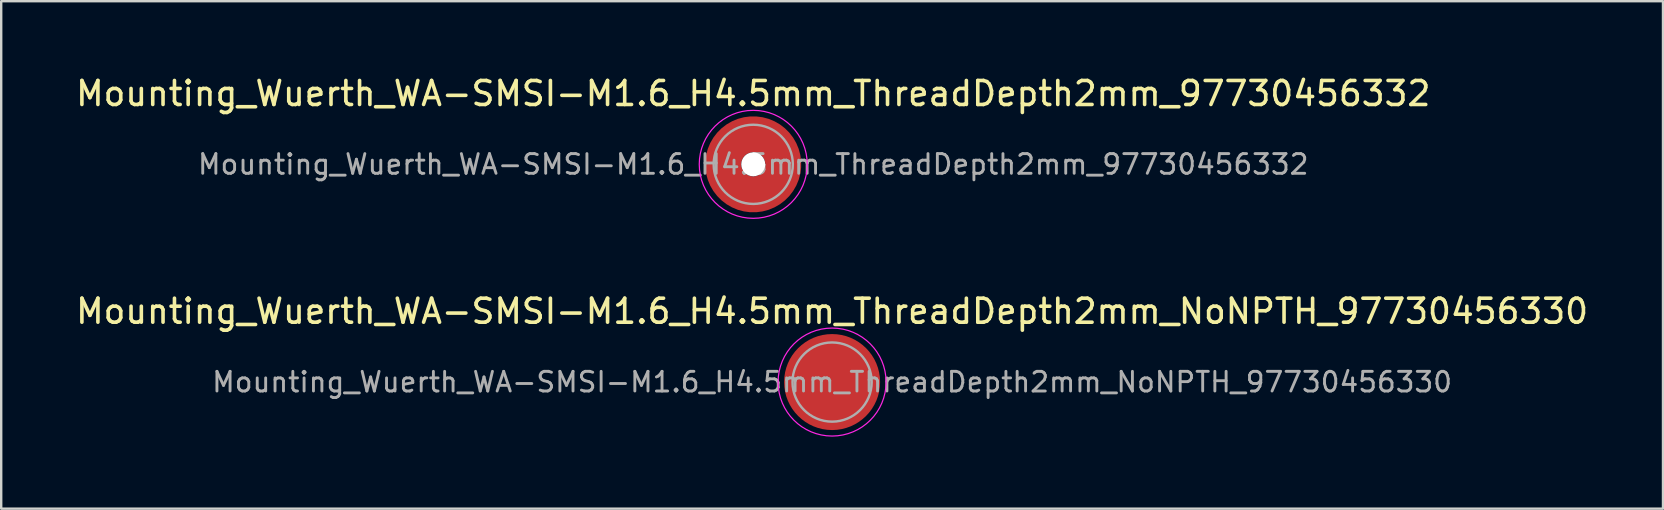
<source format=kicad_pcb>
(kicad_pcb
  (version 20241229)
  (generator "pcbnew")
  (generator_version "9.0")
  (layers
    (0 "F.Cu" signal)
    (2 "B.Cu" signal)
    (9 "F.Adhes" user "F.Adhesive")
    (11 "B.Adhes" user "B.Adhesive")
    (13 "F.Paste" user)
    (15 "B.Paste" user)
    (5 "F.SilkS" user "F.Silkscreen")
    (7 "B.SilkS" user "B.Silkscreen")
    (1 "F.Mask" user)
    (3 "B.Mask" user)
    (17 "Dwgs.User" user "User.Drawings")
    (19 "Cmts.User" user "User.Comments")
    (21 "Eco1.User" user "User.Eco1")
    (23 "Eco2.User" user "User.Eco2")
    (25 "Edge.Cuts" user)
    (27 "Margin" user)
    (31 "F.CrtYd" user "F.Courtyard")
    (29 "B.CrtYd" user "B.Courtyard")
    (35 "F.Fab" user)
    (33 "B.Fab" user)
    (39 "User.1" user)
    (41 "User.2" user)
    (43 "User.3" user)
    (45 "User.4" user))
  (footprint "Mounting_Wuerth_WA-SMSI-M1.6_H4.5mm_ThreadDepth2mm_97730456332"
    (layer "F.Cu")
    (at 28.339 3.798)
    (property "Reference" "Mounting_Wuerth_WA-SMSI-M1.6_H4.5mm_ThreadDepth2mm_97730456332" (at 0 -2.95 0) (layer "F.SilkS") (effects (font (size 1 1) (thickness 0.15))))
    (attr smd)
    (fp_circle (center 0 0) (end 2.25 0) (stroke (width 0.05) (type solid)) (fill no) (layer "F.CrtYd"))
    (fp_circle (center 0 0) (end 1.65 0) (stroke (width 0.1) (type solid)) (fill no) (layer "F.Fab"))
    (fp_text user "${REFERENCE}" (at 0 0 0) (layer "F.Fab") (effects (font (size 0.82 0.82) (thickness 0.12))))
    (pad "" smd custom (at 0 -1.25) (size 0.9 0.9) (layers "F.Paste") (options (anchor circle)) (primitives (gr_arc (start -0.259808 0.6) (mid -0.00045 0.55) (end 0.258972 0.599667) (width 0.2)) (gr_arc (start -0.466369 0.6) (mid -0.000127 0.45) (end 0.466163 0.599852) (width 0.2)) (gr_arc (start -0.622495 0.6) (mid -0.000185 0.35) (end 0.622228 0.599745) (width 0.2)) (gr_arc (start -0.759934 0.6) (mid -0.000146 0.25) (end 0.759744 0.599777) (width 0.2)) (gr_arc (start -0.887412 0.6) (mid -0.000546 0.15) (end 0.886766 0.599119) (width 0.2)) (gr_arc (start -1.008712 0.6) (mid -0.000059 0.05) (end 1.008648 0.5999) (width 0.2)) (gr_arc (start -1.125833 0.6) (mid -0.001134 -0.049999) (end 1.124697 0.598036) (width 0.2)) (gr_arc (start -1.23996 0.6) (mid -0.00088 -0.15) (end 1.239142 0.598442) (width 0.2)) (gr_arc (start -1.351851 0.6) (mid -0.000542 -0.25) (end 1.351381 0.599023) (width 0.2)) (gr_arc (start -1.462019 0.6) (mid -0.000852 -0.35) (end 1.461326 0.598443) (width 0.2)) (gr_arc (start -1.570828 0.6) (mid -0.000608 -0.45) (end 1.570363 0.598876) (width 0.2)) (gr_arc (start -1.678541 0.6) (mid -0.000991 -0.55) (end 1.677824 0.598152) (width 0.2)) (gr_line (start 0.26 0.6) (end 1.679 0.6) (width 0.2)) (gr_line (start -0.26 0.6) (end -1.679 0.6) (width 0.2))))
    (pad "" np_thru_hole circle (at 0 0) (size 1 1) (drill 1) (layers "*.Cu" "*.Mask"))
    (pad "" smd custom (at 0 1.25) (size 0.9 0.9) (layers "F.Paste") (options (anchor circle)) (primitives (gr_arc (start 0.259808 -0.6) (mid 0.00045 -0.55) (end -0.258972 -0.599667) (width 0.2)) (gr_arc (start 0.466369 -0.6) (mid 0.000127 -0.45) (end -0.466163 -0.599852) (width 0.2)) (gr_arc (start 0.622495 -0.6) (mid 0.000185 -0.35) (end -0.622228 -0.599745) (width 0.2)) (gr_arc (start 0.759934 -0.6) (mid 0.000146 -0.25) (end -0.759744 -0.599777) (width 0.2)) (gr_arc (start 0.887412 -0.6) (mid 0.000546 -0.15) (end -0.886766 -0.599119) (width 0.2)) (gr_arc (start 1.008712 -0.6) (mid 0.000059 -0.05) (end -1.008648 -0.5999) (width 0.2)) (gr_arc (start 1.125833 -0.6) (mid 0.001134 0.049999) (end -1.124697 -0.598036) (width 0.2)) (gr_arc (start 1.23996 -0.6) (mid 0.00088 0.15) (end -1.239142 -0.598442) (width 0.2)) (gr_arc (start 1.351851 -0.6) (mid 0.000542 0.25) (end -1.351381 -0.599023) (width 0.2)) (gr_arc (start 1.462019 -0.6) (mid 0.000852 0.35) (end -1.461326 -0.598443) (width 0.2)) (gr_arc (start 1.570828 -0.6) (mid 0.000608 0.45) (end -1.570363 -0.598876) (width 0.2)) (gr_arc (start 1.678541 -0.6) (mid 0.000991 0.55) (end -1.677824 -0.598152) (width 0.2)) (gr_line (start -0.26 -0.6) (end -1.679 -0.6) (width 0.2)) (gr_line (start 0.26 -0.6) (end 1.679 -0.6) (width 0.2))))
    (pad "1" smd circle (at -1.25 0) (size 1.1 1.1) (layers "F.Cu"))
    (pad "1" smd circle (at 0 -1.25) (size 1.1 1.1) (layers "F.Cu"))
    (pad "1" smd circle (at 0 1.25) (size 1.1 1.1) (layers "F.Cu"))
    (pad "1" smd custom (at 1.25 0) (size 1.1 1.1) (layers "F.Cu" "F.Mask") (options (anchor circle)) (primitives (gr_circle (center -1.25 0) (end 0 0) (width 1.5) (fill no)))))
  (footprint "Mounting_Wuerth_WA-SMSI-M1.6_H4.5mm_ThreadDepth2mm_NoNPTH_97730456330"
    (layer "F.Cu")
    (at 31.625 12.871)
    (property "Reference" "Mounting_Wuerth_WA-SMSI-M1.6_H4.5mm_ThreadDepth2mm_NoNPTH_97730456330" (at 0 -2.95 0) (layer "F.SilkS") (effects (font (size 1 1) (thickness 0.15))))
    (attr smd)
    (fp_circle (center 0 0) (end 2.25 0) (stroke (width 0.05) (type solid)) (fill no) (layer "F.CrtYd"))
    (fp_circle (center 0 0) (end 1.65 0) (stroke (width 0.1) (type solid)) (fill no) (layer "F.Fab"))
    (fp_text user "${REFERENCE}" (at 0 0 0) (layer "F.Fab") (effects (font (size 0.82 0.82) (thickness 0.12))))
    (pad "" smd custom (at -0.778 -0.778) (size 1.2 1.2) (layers "F.Paste") (options (anchor circle)) (primitives (gr_arc (start 0.465568 0.527817) (mid 0.494887 0.495062) (end 0.527624 0.465723) (width 0.2)) (gr_arc (start 0.344805 0.527817) (mid 0.424264 0.424264) (end 0.527818 0.344805) (width 0.2)) (gr_arc (start 0.232382 0.527817) (mid 0.353364 0.353743) (end 0.527329 0.232606) (width 0.2)) (gr_arc (start 0.123983 0.527817) (mid 0.282626 0.28306) (end 0.527243 0.124203) (width 0.2)) (gr_arc (start 0.017883 0.527817) (mid 0.211737 0.212527) (end 0.526755 0.018233) (width 0.2)) (gr_arc (start -0.086763 0.527817) (mid 0.141173 0.14167) (end 0.527142 -0.086568) (width 0.2)) (gr_arc (start -0.190428 0.527817) (mid 0.070433 0.070988) (end 0.527057 -0.190232) (width 0.2)) (gr_arc (start -0.293397 0.527817) (mid -0.000182 0.000182) (end 0.527315 -0.29328) (width 0.2)) (gr_arc (start -0.395852 0.527817) (mid -0.071085 -0.070336) (end 0.526781 -0.395631) (width 0.2)) (gr_arc (start -0.497918 0.527817) (mid -0.141622 -0.141221) (end 0.52726 -0.497809) (width 0.2)) (gr_arc (start -0.59968 0.527817) (mid -0.212364 -0.2119) (end 0.527171 -0.599563) (width 0.2)) (gr_arc (start -0.701202 0.527817) (mid -0.282952 -0.282733) (end 0.527511 -0.70115) (width 0.2)) (gr_arc (start -0.802531 0.527817) (mid -0.353765 -0.353343) (end 0.527227 -0.802438) (width 0.2)) (gr_arc (start -0.9037 0.527817) (mid -0.425176 -0.423352) (end 0.525265 -0.903319) (width 0.2)) (gr_arc (start -1.004737 0.527817) (mid -0.49534 -0.49461) (end 0.526794 -1.004593) (width 0.2)) (gr_line (start 0.528 0.466) (end 0.528 -1.005) (width 0.2)) (gr_line (start 0.466 0.528) (end -1.005 0.528) (width 0.2))))
    (pad "" smd custom (at -0.778 0.778) (size 1.2 1.2) (layers "F.Paste") (options (anchor circle)) (primitives (gr_arc (start 0.527817 -0.465568) (mid 0.495062 -0.494887) (end 0.465723 -0.527624) (width 0.2)) (gr_arc (start 0.527817 -0.344805) (mid 0.424264 -0.424264) (end 0.344805 -0.527818) (width 0.2)) (gr_arc (start 0.527817 -0.232382) (mid 0.353743 -0.353364) (end 0.232606 -0.527329) (width 0.2)) (gr_arc (start 0.527817 -0.123983) (mid 0.28306 -0.282626) (end 0.124203 -0.527243) (width 0.2)) (gr_arc (start 0.527817 -0.017883) (mid 0.212527 -0.211737) (end 0.018233 -0.526755) (width 0.2)) (gr_arc (start 0.527817 0.086763) (mid 0.14167 -0.141173) (end -0.086568 -0.527142) (width 0.2)) (gr_arc (start 0.527817 0.190428) (mid 0.070988 -0.070433) (end -0.190232 -0.527057) (width 0.2)) (gr_arc (start 0.527817 0.293397) (mid 0.000182 0.000182) (end -0.29328 -0.527315) (width 0.2)) (gr_arc (start 0.527817 0.395852) (mid -0.070336 0.071085) (end -0.395631 -0.526781) (width 0.2)) (gr_arc (start 0.527817 0.497918) (mid -0.141221 0.141622) (end -0.497809 -0.52726) (width 0.2)) (gr_arc (start 0.527817 0.59968) (mid -0.2119 0.212364) (end -0.599563 -0.527171) (width 0.2)) (gr_arc (start 0.527817 0.701202) (mid -0.282733 0.282952) (end -0.70115 -0.527511) (width 0.2)) (gr_arc (start 0.527817 0.802531) (mid -0.353343 0.353765) (end -0.802438 -0.527227) (width 0.2)) (gr_arc (start 0.527817 0.9037) (mid -0.423352 0.425176) (end -0.903319 -0.525265) (width 0.2)) (gr_arc (start 0.527817 1.004737) (mid -0.49461 0.49534) (end -1.004593 -0.526794) (width 0.2)) (gr_line (start 0.466 -0.528) (end -1.005 -0.528) (width 0.2)) (gr_line (start 0.528 -0.466) (end 0.528 1.005) (width 0.2))))
    (pad "" smd custom (at 0.778 -0.778) (size 1.2 1.2) (layers "F.Paste") (options (anchor circle)) (primitives (gr_arc (start -0.527817 0.465568) (mid -0.495062 0.494887) (end -0.465723 0.527624) (width 0.2)) (gr_arc (start -0.527817 0.344805) (mid -0.424264 0.424264) (end -0.344805 0.527818) (width 0.2)) (gr_arc (start -0.527817 0.232382) (mid -0.353743 0.353364) (end -0.232606 0.527329) (width 0.2)) (gr_arc (start -0.527817 0.123983) (mid -0.28306 0.282626) (end -0.124203 0.527243) (width 0.2)) (gr_arc (start -0.527817 0.017883) (mid -0.212527 0.211737) (end -0.018233 0.526755) (width 0.2)) (gr_arc (start -0.527817 -0.086763) (mid -0.14167 0.141173) (end 0.086568 0.527142) (width 0.2)) (gr_arc (start -0.527817 -0.190428) (mid -0.070988 0.070433) (end 0.190232 0.527057) (width 0.2)) (gr_arc (start -0.527817 -0.293397) (mid -0.000182 -0.000182) (end 0.29328 0.527315) (width 0.2)) (gr_arc (start -0.527817 -0.395852) (mid 0.070336 -0.071085) (end 0.395631 0.526781) (width 0.2)) (gr_arc (start -0.527817 -0.497918) (mid 0.141221 -0.141622) (end 0.497809 0.52726) (width 0.2)) (gr_arc (start -0.527817 -0.59968) (mid 0.2119 -0.212364) (end 0.599563 0.527171) (width 0.2)) (gr_arc (start -0.527817 -0.701202) (mid 0.282733 -0.282952) (end 0.70115 0.527511) (width 0.2)) (gr_arc (start -0.527817 -0.802531) (mid 0.353343 -0.353765) (end 0.802438 0.527227) (width 0.2)) (gr_arc (start -0.527817 -0.9037) (mid 0.423352 -0.425176) (end 0.903319 0.525265) (width 0.2)) (gr_arc (start -0.527817 -1.004737) (mid 0.49461 -0.49534) (end 1.004593 0.526794) (width 0.2)) (gr_line (start -0.466 0.528) (end 1.005 0.528) (width 0.2)) (gr_line (start -0.528 0.466) (end -0.528 -1.005) (width 0.2))))
    (pad "" smd custom (at 0.778 0.778) (size 1.2 1.2) (layers "F.Paste") (options (anchor circle)) (primitives (gr_arc (start -0.465568 -0.527817) (mid -0.494887 -0.495062) (end -0.527624 -0.465723) (width 0.2)) (gr_arc (start -0.344805 -0.527817) (mid -0.424264 -0.424264) (end -0.527818 -0.344805) (width 0.2)) (gr_arc (start -0.232382 -0.527817) (mid -0.353364 -0.353743) (end -0.527329 -0.232606) (width 0.2)) (gr_arc (start -0.123983 -0.527817) (mid -0.282626 -0.28306) (end -0.527243 -0.124203) (width 0.2)) (gr_arc (start -0.017883 -0.527817) (mid -0.211737 -0.212527) (end -0.526755 -0.018233) (width 0.2)) (gr_arc (start 0.086763 -0.527817) (mid -0.141173 -0.14167) (end -0.527142 0.086568) (width 0.2)) (gr_arc (start 0.190428 -0.527817) (mid -0.070433 -0.070988) (end -0.527057 0.190232) (width 0.2)) (gr_arc (start 0.293397 -0.527817) (mid 0.000182 -0.000182) (end -0.527315 0.29328) (width 0.2)) (gr_arc (start 0.395852 -0.527817) (mid 0.071085 0.070336) (end -0.526781 0.395631) (width 0.2)) (gr_arc (start 0.497918 -0.527817) (mid 0.141622 0.141221) (end -0.52726 0.497809) (width 0.2)) (gr_arc (start 0.59968 -0.527817) (mid 0.212364 0.2119) (end -0.527171 0.599563) (width 0.2)) (gr_arc (start 0.701202 -0.527817) (mid 0.282952 0.282733) (end -0.527511 0.70115) (width 0.2)) (gr_arc (start 0.802531 -0.527817) (mid 0.353765 0.353343) (end -0.527227 0.802438) (width 0.2)) (gr_arc (start 0.9037 -0.527817) (mid 0.425176 0.423352) (end -0.525265 0.903319) (width 0.2)) (gr_arc (start 1.004737 -0.527817) (mid 0.49534 0.49461) (end -0.526794 1.004593) (width 0.2)) (gr_line (start -0.528 -0.466) (end -0.528 1.005) (width 0.2)) (gr_line (start -0.466 -0.528) (end 1.005 -0.528) (width 0.2))))
    (pad "1" smd circle (at 0 0) (size 4 4) (layers "F.Cu" "F.Mask")))
  (gr_rect
    (start -3 -3)
    (end 66.25 18.146)
    (stroke (width 0.1) (type default))
    (fill no)
    (layer "Edge.Cuts")))
</source>
